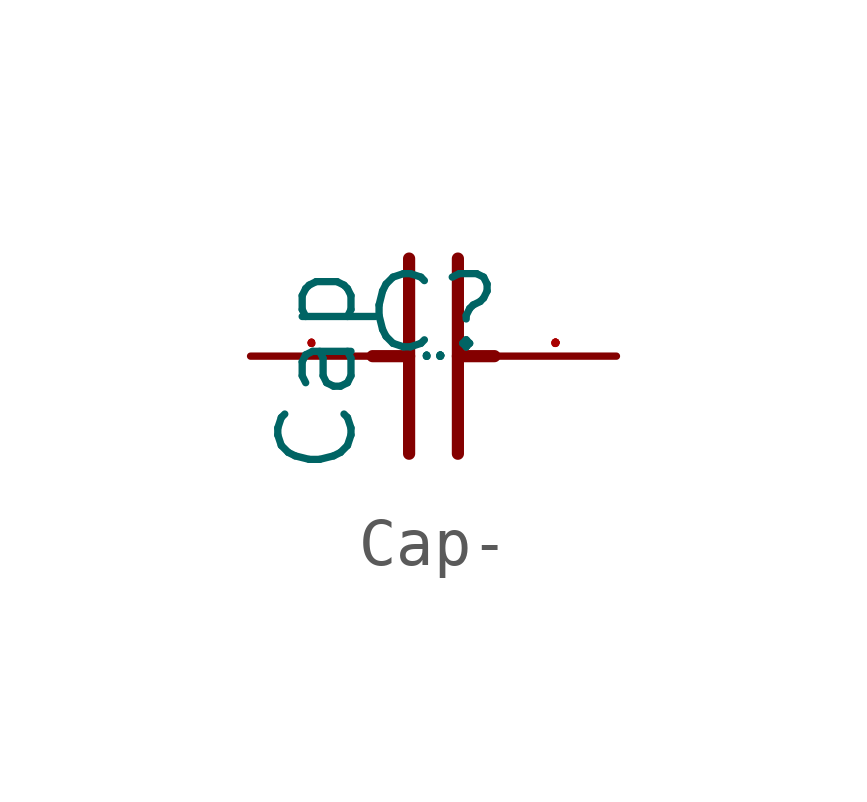
<source format=kicad_sym>
(kicad_symbol_lib
  (version 20220914)
  (generator kicad_symbol_editor)
  (symbol "Cap-"
    (pin_names
      (offset 1.016))
    (property "Reference" "C"
      (at -0.254 -2.54 0)
      (effects (font (size 1.524 1.524)) (justify left bottom)))
    (property "Value" "Cap"
      (at -0.254 -5.08 90)
      (effects (font (size 1.524 1.524)) (justify left bottom)))
    (property "Footprint" ""
      (at 0 0 0)
      (effects (font (size 1.524 1.524))))
    (property "Datasheet" ""
      (at 0 0 0)
      (effects (font (size 1.524 1.524))))
    (symbol "Cap-_0_1"
      (polyline (pts (xy 0 -2.54) (xy 0.762 -2.54)) (stroke (width 0.254) (type solid)) (fill (type none)))
      (polyline (pts (xy 0.762 -4.572) (xy 0.762 -0.508)) (stroke (width 0.254) (type solid)) (fill (type none)))
      (polyline (pts (xy 1.778 -0.508) (xy 1.778 -4.572)) (stroke (width 0.254) (type solid)) (fill (type none)))
      (polyline (pts (xy 2.54 -2.54) (xy 1.778 -2.54)) (stroke (width 0.254) (type solid)) (fill (type none)))
      (pin passive line (at -2.54 -2.54 0) (length 2.54) (name "1" (effects (font (size 0.025 0.025)))) (number "1" (effects (font (size 0.025 0.025)))))
      (pin passive line (at 5.08 -2.54 180) (length 2.54) (name "2" (effects (font (size 0.025 0.025)))) (number "2" (effects (font (size 0.025 0.025))))))))
</source>
